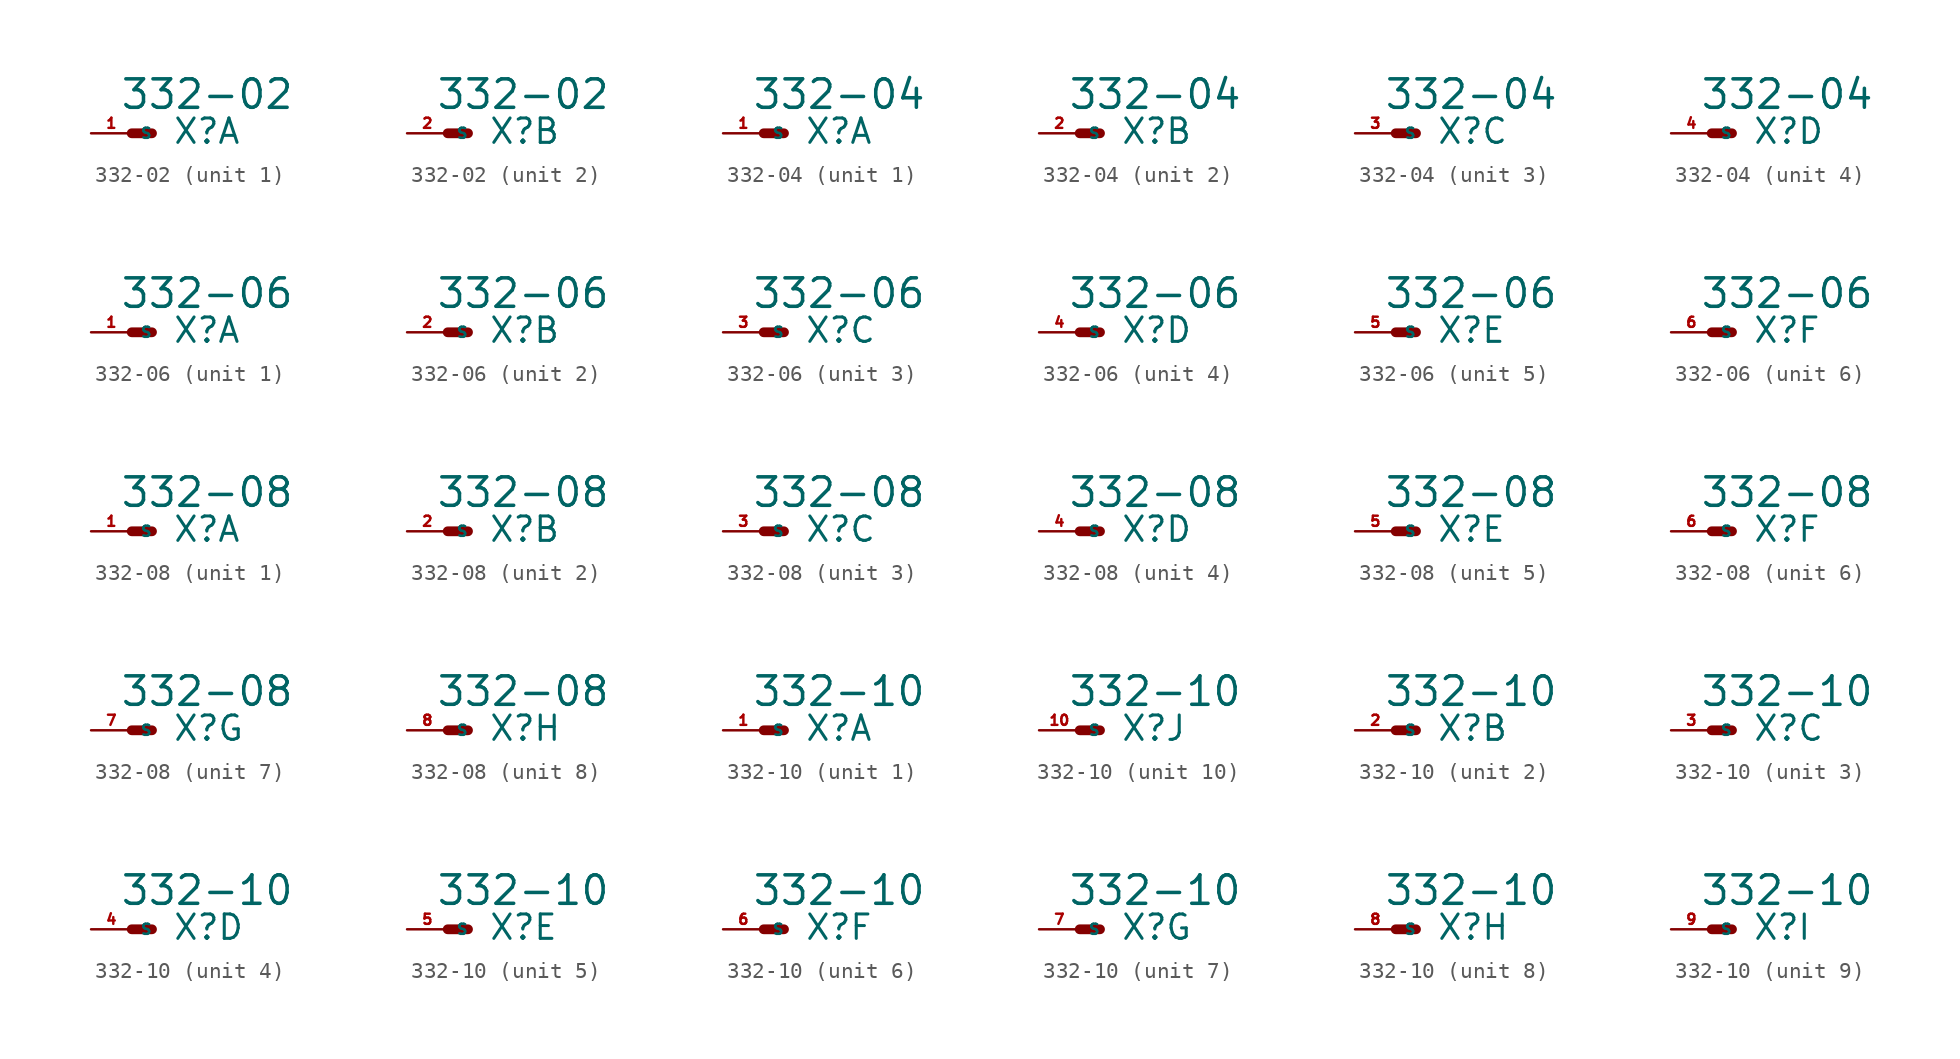
<source format=kicad_sym>
(kicad_symbol_lib
  (version 20220914)
  (generator Eagle2Kicad)
  (symbol "332-02"
    (property "Reference" "X"
      (at 2.54 -0.762 0)
      (effects (font (size 1.524 1.524) (thickness 0.19)) (justify left bottom)))
    (property "Value" "332-02"
      (at -0.762 1.397 0)
      (effects (font (size 1.778 1.778) (thickness 0.22)) (justify left bottom)))
    (symbol "332-02_1_0"
      (polyline (pts (xy 1.27 0) (xy 0 0)) (stroke (width 0.61) (type default)) (fill (type none)))
      (pin passive line (at -2.54 0 0) (length 2.54) (name "S" (effects (font (size 0.635 0.635) (thickness 0.08)) (justify left bottom))) (number "1" (effects (font (size 0.635 0.635) (thickness 0.08)) (justify left bottom)))))
    (symbol "332-02_2_0"
      (polyline (pts (xy 1.27 0) (xy 0 0)) (stroke (width 0.61) (type default)) (fill (type none)))
      (pin passive line (at -2.54 0 0) (length 2.54) (name "S" (effects (font (size 0.635 0.635) (thickness 0.08)) (justify left bottom))) (number "2" (effects (font (size 0.635 0.635) (thickness 0.08)) (justify left bottom))))))
  (symbol "332-04"
    (property "Reference" "X"
      (at 2.54 -0.762 0)
      (effects (font (size 1.524 1.524) (thickness 0.19)) (justify left bottom)))
    (property "Value" "332-04"
      (at -0.762 1.397 0)
      (effects (font (size 1.778 1.778) (thickness 0.22)) (justify left bottom)))
    (symbol "332-04_1_0"
      (polyline (pts (xy 1.27 0) (xy 0 0)) (stroke (width 0.61) (type default)) (fill (type none)))
      (pin passive line (at -2.54 0 0) (length 2.54) (name "S" (effects (font (size 0.635 0.635) (thickness 0.08)) (justify left bottom))) (number "1" (effects (font (size 0.635 0.635) (thickness 0.08)) (justify left bottom)))))
    (symbol "332-04_2_0"
      (polyline (pts (xy 1.27 0) (xy 0 0)) (stroke (width 0.61) (type default)) (fill (type none)))
      (pin passive line (at -2.54 0 0) (length 2.54) (name "S" (effects (font (size 0.635 0.635) (thickness 0.08)) (justify left bottom))) (number "2" (effects (font (size 0.635 0.635) (thickness 0.08)) (justify left bottom)))))
    (symbol "332-04_3_0"
      (polyline (pts (xy 1.27 0) (xy 0 0)) (stroke (width 0.61) (type default)) (fill (type none)))
      (pin passive line (at -2.54 0 0) (length 2.54) (name "S" (effects (font (size 0.635 0.635) (thickness 0.08)) (justify left bottom))) (number "3" (effects (font (size 0.635 0.635) (thickness 0.08)) (justify left bottom)))))
    (symbol "332-04_4_0"
      (polyline (pts (xy 1.27 0) (xy 0 0)) (stroke (width 0.61) (type default)) (fill (type none)))
      (pin passive line (at -2.54 0 0) (length 2.54) (name "S" (effects (font (size 0.635 0.635) (thickness 0.08)) (justify left bottom))) (number "4" (effects (font (size 0.635 0.635) (thickness 0.08)) (justify left bottom))))))
  (symbol "332-06"
    (property "Reference" "X"
      (at 2.54 -0.762 0)
      (effects (font (size 1.524 1.524) (thickness 0.19)) (justify left bottom)))
    (property "Value" "332-06"
      (at -0.762 1.397 0)
      (effects (font (size 1.778 1.778) (thickness 0.22)) (justify left bottom)))
    (symbol "332-06_1_0"
      (polyline (pts (xy 1.27 0) (xy 0 0)) (stroke (width 0.61) (type default)) (fill (type none)))
      (pin passive line (at -2.54 0 0) (length 2.54) (name "S" (effects (font (size 0.635 0.635) (thickness 0.08)) (justify left bottom))) (number "1" (effects (font (size 0.635 0.635) (thickness 0.08)) (justify left bottom)))))
    (symbol "332-06_2_0"
      (polyline (pts (xy 1.27 0) (xy 0 0)) (stroke (width 0.61) (type default)) (fill (type none)))
      (pin passive line (at -2.54 0 0) (length 2.54) (name "S" (effects (font (size 0.635 0.635) (thickness 0.08)) (justify left bottom))) (number "2" (effects (font (size 0.635 0.635) (thickness 0.08)) (justify left bottom)))))
    (symbol "332-06_3_0"
      (polyline (pts (xy 1.27 0) (xy 0 0)) (stroke (width 0.61) (type default)) (fill (type none)))
      (pin passive line (at -2.54 0 0) (length 2.54) (name "S" (effects (font (size 0.635 0.635) (thickness 0.08)) (justify left bottom))) (number "3" (effects (font (size 0.635 0.635) (thickness 0.08)) (justify left bottom)))))
    (symbol "332-06_4_0"
      (polyline (pts (xy 1.27 0) (xy 0 0)) (stroke (width 0.61) (type default)) (fill (type none)))
      (pin passive line (at -2.54 0 0) (length 2.54) (name "S" (effects (font (size 0.635 0.635) (thickness 0.08)) (justify left bottom))) (number "4" (effects (font (size 0.635 0.635) (thickness 0.08)) (justify left bottom)))))
    (symbol "332-06_5_0"
      (polyline (pts (xy 1.27 0) (xy 0 0)) (stroke (width 0.61) (type default)) (fill (type none)))
      (pin passive line (at -2.54 0 0) (length 2.54) (name "S" (effects (font (size 0.635 0.635) (thickness 0.08)) (justify left bottom))) (number "5" (effects (font (size 0.635 0.635) (thickness 0.08)) (justify left bottom)))))
    (symbol "332-06_6_0"
      (polyline (pts (xy 1.27 0) (xy 0 0)) (stroke (width 0.61) (type default)) (fill (type none)))
      (pin passive line (at -2.54 0 0) (length 2.54) (name "S" (effects (font (size 0.635 0.635) (thickness 0.08)) (justify left bottom))) (number "6" (effects (font (size 0.635 0.635) (thickness 0.08)) (justify left bottom))))))
  (symbol "332-08"
    (property "Reference" "X"
      (at 2.54 -0.762 0)
      (effects (font (size 1.524 1.524) (thickness 0.19)) (justify left bottom)))
    (property "Value" "332-08"
      (at -0.762 1.397 0)
      (effects (font (size 1.778 1.778) (thickness 0.22)) (justify left bottom)))
    (symbol "332-08_1_0"
      (polyline (pts (xy 1.27 0) (xy 0 0)) (stroke (width 0.61) (type default)) (fill (type none)))
      (pin passive line (at -2.54 0 0) (length 2.54) (name "S" (effects (font (size 0.635 0.635) (thickness 0.08)) (justify left bottom))) (number "1" (effects (font (size 0.635 0.635) (thickness 0.08)) (justify left bottom)))))
    (symbol "332-08_2_0"
      (polyline (pts (xy 1.27 0) (xy 0 0)) (stroke (width 0.61) (type default)) (fill (type none)))
      (pin passive line (at -2.54 0 0) (length 2.54) (name "S" (effects (font (size 0.635 0.635) (thickness 0.08)) (justify left bottom))) (number "2" (effects (font (size 0.635 0.635) (thickness 0.08)) (justify left bottom)))))
    (symbol "332-08_3_0"
      (polyline (pts (xy 1.27 0) (xy 0 0)) (stroke (width 0.61) (type default)) (fill (type none)))
      (pin passive line (at -2.54 0 0) (length 2.54) (name "S" (effects (font (size 0.635 0.635) (thickness 0.08)) (justify left bottom))) (number "3" (effects (font (size 0.635 0.635) (thickness 0.08)) (justify left bottom)))))
    (symbol "332-08_4_0"
      (polyline (pts (xy 1.27 0) (xy 0 0)) (stroke (width 0.61) (type default)) (fill (type none)))
      (pin passive line (at -2.54 0 0) (length 2.54) (name "S" (effects (font (size 0.635 0.635) (thickness 0.08)) (justify left bottom))) (number "4" (effects (font (size 0.635 0.635) (thickness 0.08)) (justify left bottom)))))
    (symbol "332-08_5_0"
      (polyline (pts (xy 1.27 0) (xy 0 0)) (stroke (width 0.61) (type default)) (fill (type none)))
      (pin passive line (at -2.54 0 0) (length 2.54) (name "S" (effects (font (size 0.635 0.635) (thickness 0.08)) (justify left bottom))) (number "5" (effects (font (size 0.635 0.635) (thickness 0.08)) (justify left bottom)))))
    (symbol "332-08_6_0"
      (polyline (pts (xy 1.27 0) (xy 0 0)) (stroke (width 0.61) (type default)) (fill (type none)))
      (pin passive line (at -2.54 0 0) (length 2.54) (name "S" (effects (font (size 0.635 0.635) (thickness 0.08)) (justify left bottom))) (number "6" (effects (font (size 0.635 0.635) (thickness 0.08)) (justify left bottom)))))
    (symbol "332-08_7_0"
      (polyline (pts (xy 1.27 0) (xy 0 0)) (stroke (width 0.61) (type default)) (fill (type none)))
      (pin passive line (at -2.54 0 0) (length 2.54) (name "S" (effects (font (size 0.635 0.635) (thickness 0.08)) (justify left bottom))) (number "7" (effects (font (size 0.635 0.635) (thickness 0.08)) (justify left bottom)))))
    (symbol "332-08_8_0"
      (polyline (pts (xy 1.27 0) (xy 0 0)) (stroke (width 0.61) (type default)) (fill (type none)))
      (pin passive line (at -2.54 0 0) (length 2.54) (name "S" (effects (font (size 0.635 0.635) (thickness 0.08)) (justify left bottom))) (number "8" (effects (font (size 0.635 0.635) (thickness 0.08)) (justify left bottom))))))
  (symbol "332-10"
    (property "Reference" "X"
      (at 2.54 -0.762 0)
      (effects (font (size 1.524 1.524) (thickness 0.19)) (justify left bottom)))
    (property "Value" "332-10"
      (at -0.762 1.397 0)
      (effects (font (size 1.778 1.778) (thickness 0.22)) (justify left bottom)))
    (symbol "332-10_1_0"
      (polyline (pts (xy 1.27 0) (xy 0 0)) (stroke (width 0.61) (type default)) (fill (type none)))
      (pin passive line (at -2.54 0 0) (length 2.54) (name "S" (effects (font (size 0.635 0.635) (thickness 0.08)) (justify left bottom))) (number "1" (effects (font (size 0.635 0.635) (thickness 0.08)) (justify left bottom)))))
    (symbol "332-10_2_0"
      (polyline (pts (xy 1.27 0) (xy 0 0)) (stroke (width 0.61) (type default)) (fill (type none)))
      (pin passive line (at -2.54 0 0) (length 2.54) (name "S" (effects (font (size 0.635 0.635) (thickness 0.08)) (justify left bottom))) (number "2" (effects (font (size 0.635 0.635) (thickness 0.08)) (justify left bottom)))))
    (symbol "332-10_3_0"
      (polyline (pts (xy 1.27 0) (xy 0 0)) (stroke (width 0.61) (type default)) (fill (type none)))
      (pin passive line (at -2.54 0 0) (length 2.54) (name "S" (effects (font (size 0.635 0.635) (thickness 0.08)) (justify left bottom))) (number "3" (effects (font (size 0.635 0.635) (thickness 0.08)) (justify left bottom)))))
    (symbol "332-10_4_0"
      (polyline (pts (xy 1.27 0) (xy 0 0)) (stroke (width 0.61) (type default)) (fill (type none)))
      (pin passive line (at -2.54 0 0) (length 2.54) (name "S" (effects (font (size 0.635 0.635) (thickness 0.08)) (justify left bottom))) (number "4" (effects (font (size 0.635 0.635) (thickness 0.08)) (justify left bottom)))))
    (symbol "332-10_5_0"
      (polyline (pts (xy 1.27 0) (xy 0 0)) (stroke (width 0.61) (type default)) (fill (type none)))
      (pin passive line (at -2.54 0 0) (length 2.54) (name "S" (effects (font (size 0.635 0.635) (thickness 0.08)) (justify left bottom))) (number "5" (effects (font (size 0.635 0.635) (thickness 0.08)) (justify left bottom)))))
    (symbol "332-10_6_0"
      (polyline (pts (xy 1.27 0) (xy 0 0)) (stroke (width 0.61) (type default)) (fill (type none)))
      (pin passive line (at -2.54 0 0) (length 2.54) (name "S" (effects (font (size 0.635 0.635) (thickness 0.08)) (justify left bottom))) (number "6" (effects (font (size 0.635 0.635) (thickness 0.08)) (justify left bottom)))))
    (symbol "332-10_7_0"
      (polyline (pts (xy 1.27 0) (xy 0 0)) (stroke (width 0.61) (type default)) (fill (type none)))
      (pin passive line (at -2.54 0 0) (length 2.54) (name "S" (effects (font (size 0.635 0.635) (thickness 0.08)) (justify left bottom))) (number "7" (effects (font (size 0.635 0.635) (thickness 0.08)) (justify left bottom)))))
    (symbol "332-10_8_0"
      (polyline (pts (xy 1.27 0) (xy 0 0)) (stroke (width 0.61) (type default)) (fill (type none)))
      (pin passive line (at -2.54 0 0) (length 2.54) (name "S" (effects (font (size 0.635 0.635) (thickness 0.08)) (justify left bottom))) (number "8" (effects (font (size 0.635 0.635) (thickness 0.08)) (justify left bottom)))))
    (symbol "332-10_9_0"
      (polyline (pts (xy 1.27 0) (xy 0 0)) (stroke (width 0.61) (type default)) (fill (type none)))
      (pin passive line (at -2.54 0 0) (length 2.54) (name "S" (effects (font (size 0.635 0.635) (thickness 0.08)) (justify left bottom))) (number "9" (effects (font (size 0.635 0.635) (thickness 0.08)) (justify left bottom)))))
    (symbol "332-10_10_0"
      (polyline (pts (xy 1.27 0) (xy 0 0)) (stroke (width 0.61) (type default)) (fill (type none)))
      (pin passive line (at -2.54 0 0) (length 2.54) (name "S" (effects (font (size 0.635 0.635) (thickness 0.08)) (justify left bottom))) (number "10" (effects (font (size 0.635 0.635) (thickness 0.08)) (justify left bottom)))))))
</source>
